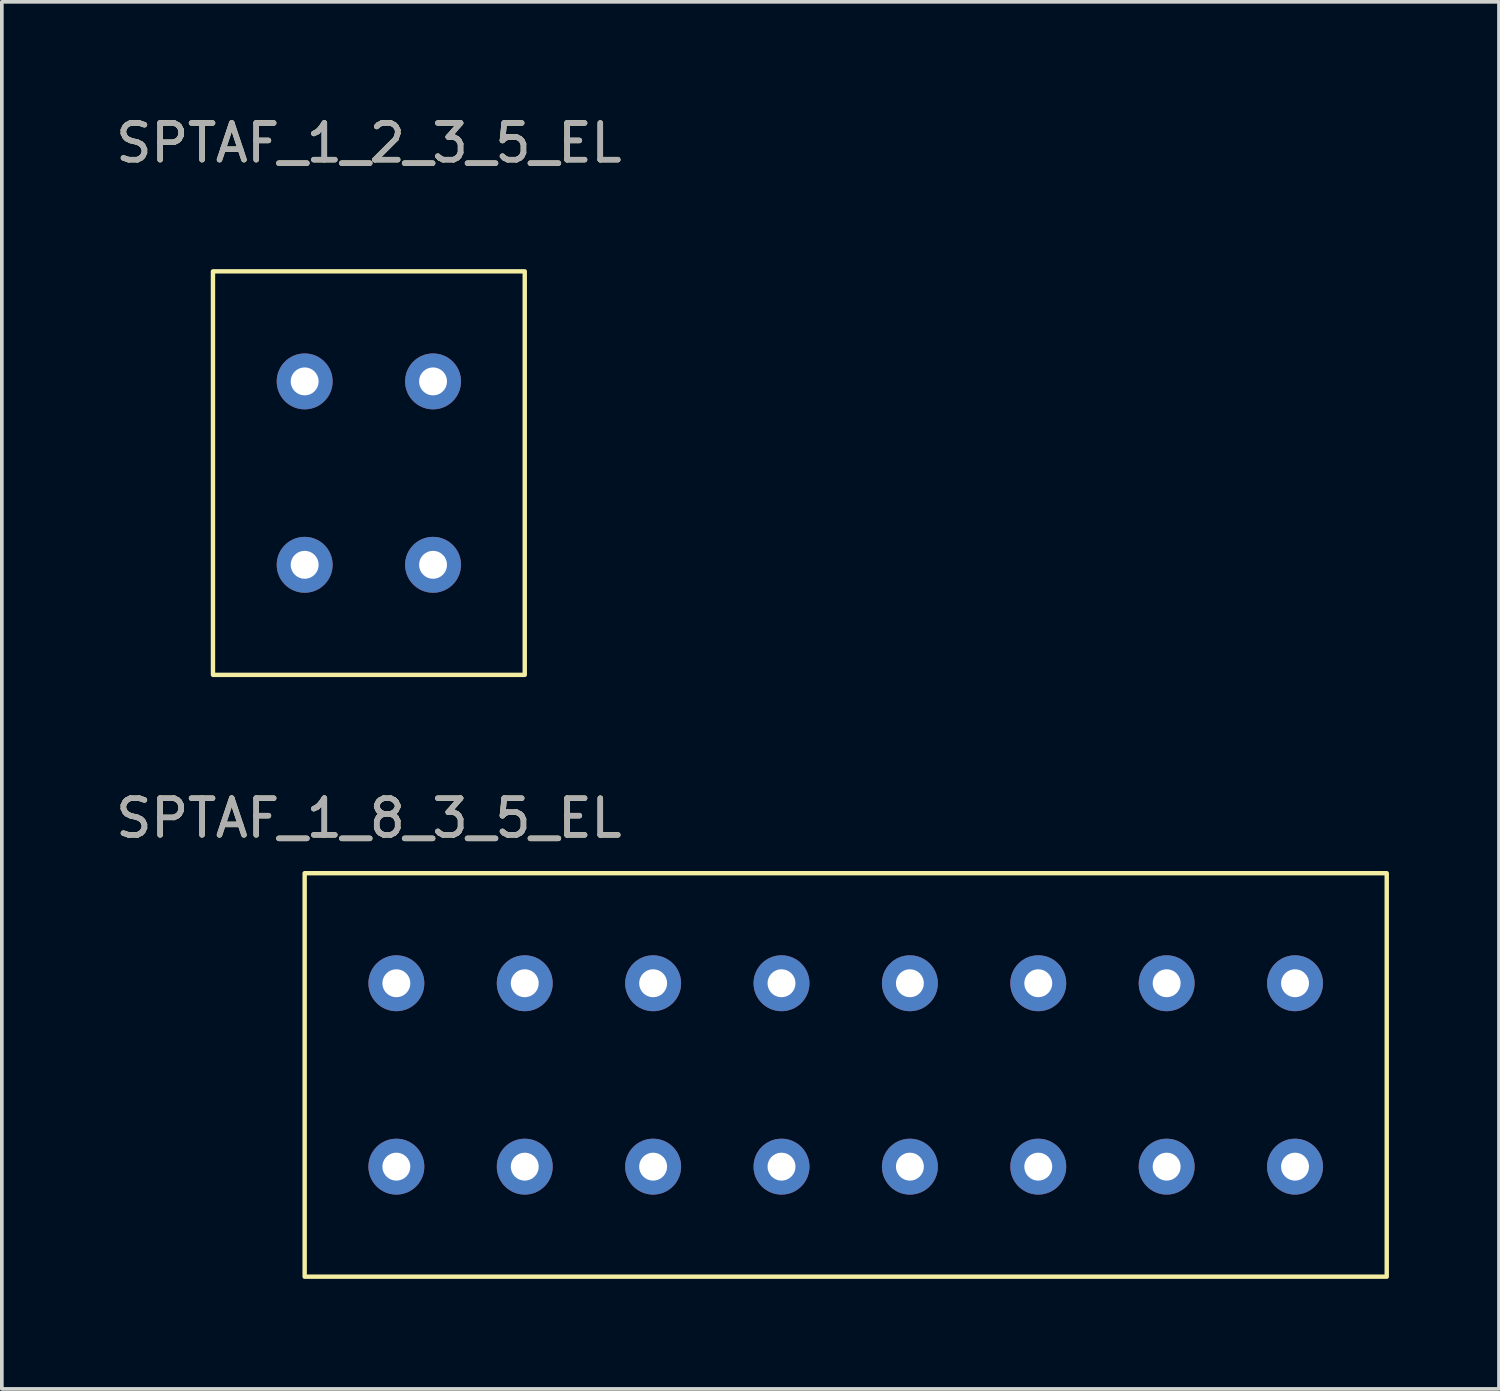
<source format=kicad_pcb>
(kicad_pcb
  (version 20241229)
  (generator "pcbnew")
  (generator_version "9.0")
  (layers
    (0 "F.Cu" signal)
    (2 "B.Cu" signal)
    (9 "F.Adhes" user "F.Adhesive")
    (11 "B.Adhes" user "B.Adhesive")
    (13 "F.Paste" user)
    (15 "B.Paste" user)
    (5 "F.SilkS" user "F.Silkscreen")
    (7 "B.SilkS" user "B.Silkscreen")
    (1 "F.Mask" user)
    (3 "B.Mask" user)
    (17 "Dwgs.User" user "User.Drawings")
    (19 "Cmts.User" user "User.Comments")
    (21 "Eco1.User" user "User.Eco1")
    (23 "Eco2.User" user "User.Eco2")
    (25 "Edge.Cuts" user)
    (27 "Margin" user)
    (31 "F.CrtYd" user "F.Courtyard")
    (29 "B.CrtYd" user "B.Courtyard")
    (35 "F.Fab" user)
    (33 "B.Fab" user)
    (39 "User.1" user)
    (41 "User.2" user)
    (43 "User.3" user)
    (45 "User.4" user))
  (footprint "SPTAF_1_8_3_5_EL"
    (layer "F.Cu")
    (at 20.006 26.256)
    (property "Reference" "SPTAF_1_8_3_5_EL" (at -13 -7 0) (unlocked yes) (layer "F.SilkS") (effects (font (size 1 1) (thickness 0.15))))
    (fp_rect (start -14.75 5.5) (end 14.75 -5.5) (stroke (width 0.12) (type solid)) (fill no) (layer "F.SilkS"))
    (fp_text user "${REFERENCE}" (at -13 -7 0) (unlocked yes) (layer "F.Fab") (effects (font (size 1 1) (thickness 0.15))))
    (pad "1" thru_hole circle (at -12.25 -2.5) (size 1.524 1.524) (drill 0.762) (layers "*.Cu" "*.Mask"))
    (pad "1" thru_hole circle (at -12.25 2.5) (size 1.524 1.524) (drill 0.762) (layers "*.Cu" "*.Mask"))
    (pad "2" thru_hole circle (at -8.75 -2.5) (size 1.524 1.524) (drill 0.762) (layers "*.Cu" "*.Mask"))
    (pad "2" thru_hole circle (at -8.75 2.5) (size 1.524 1.524) (drill 0.762) (layers "*.Cu" "*.Mask"))
    (pad "3" thru_hole circle (at -5.25 -2.5) (size 1.524 1.524) (drill 0.762) (layers "*.Cu" "*.Mask"))
    (pad "3" thru_hole circle (at -5.25 2.5) (size 1.524 1.524) (drill 0.762) (layers "*.Cu" "*.Mask"))
    (pad "4" thru_hole circle (at -1.75 -2.5) (size 1.524 1.524) (drill 0.762) (layers "*.Cu" "*.Mask"))
    (pad "4" thru_hole circle (at -1.75 2.5) (size 1.524 1.524) (drill 0.762) (layers "*.Cu" "*.Mask"))
    (pad "5" thru_hole circle (at 1.75 -2.5) (size 1.524 1.524) (drill 0.762) (layers "*.Cu" "*.Mask"))
    (pad "5" thru_hole circle (at 1.75 2.5) (size 1.524 1.524) (drill 0.762) (layers "*.Cu" "*.Mask"))
    (pad "6" thru_hole circle (at 5.25 -2.5) (size 1.524 1.524) (drill 0.762) (layers "*.Cu" "*.Mask"))
    (pad "6" thru_hole circle (at 5.25 2.5) (size 1.524 1.524) (drill 0.762) (layers "*.Cu" "*.Mask"))
    (pad "7" thru_hole circle (at 8.75 -2.5) (size 1.524 1.524) (drill 0.762) (layers "*.Cu" "*.Mask"))
    (pad "7" thru_hole circle (at 8.75 2.5) (size 1.524 1.524) (drill 0.762) (layers "*.Cu" "*.Mask"))
    (pad "8" thru_hole circle (at 12.25 -2.5) (size 1.524 1.524) (drill 0.762) (layers "*.Cu" "*.Mask"))
    (pad "8" thru_hole circle (at 12.25 2.5) (size 1.524 1.524) (drill 0.762) (layers "*.Cu" "*.Mask")))
  (footprint "SPTAF_1_2_3_5_EL"
    (layer "F.Cu")
    (at 7.006 9.848)
    (property "Reference" "SPTAF_1_2_3_5_EL" (at 0 -9 0) (unlocked yes) (layer "F.SilkS") (effects (font (size 1 1) (thickness 0.15))))
    (fp_rect (start -4.25 5.5) (end 4.25 -5.5) (stroke (width 0.12) (type solid)) (fill no) (layer "F.SilkS"))
    (fp_text user "${REFERENCE}" (at 0 -9 0) (unlocked yes) (layer "F.Fab") (effects (font (size 1 1) (thickness 0.15))))
    (pad "1" thru_hole circle (at -1.75 -2.5) (size 1.524 1.524) (drill 0.762) (layers "*.Cu" "*.Mask"))
    (pad "1" thru_hole circle (at -1.75 2.5) (size 1.524 1.524) (drill 0.762) (layers "*.Cu" "*.Mask"))
    (pad "2" thru_hole circle (at 1.75 -2.5) (size 1.524 1.524) (drill 0.762) (layers "*.Cu" "*.Mask"))
    (pad "2" thru_hole circle (at 1.75 2.5) (size 1.524 1.524) (drill 0.762) (layers "*.Cu" "*.Mask")))
  (gr_rect
    (start -3 -3)
    (end 37.816 34.816)
    (stroke (width 0.1) (type default))
    (fill no)
    (layer "Edge.Cuts")))
</source>
